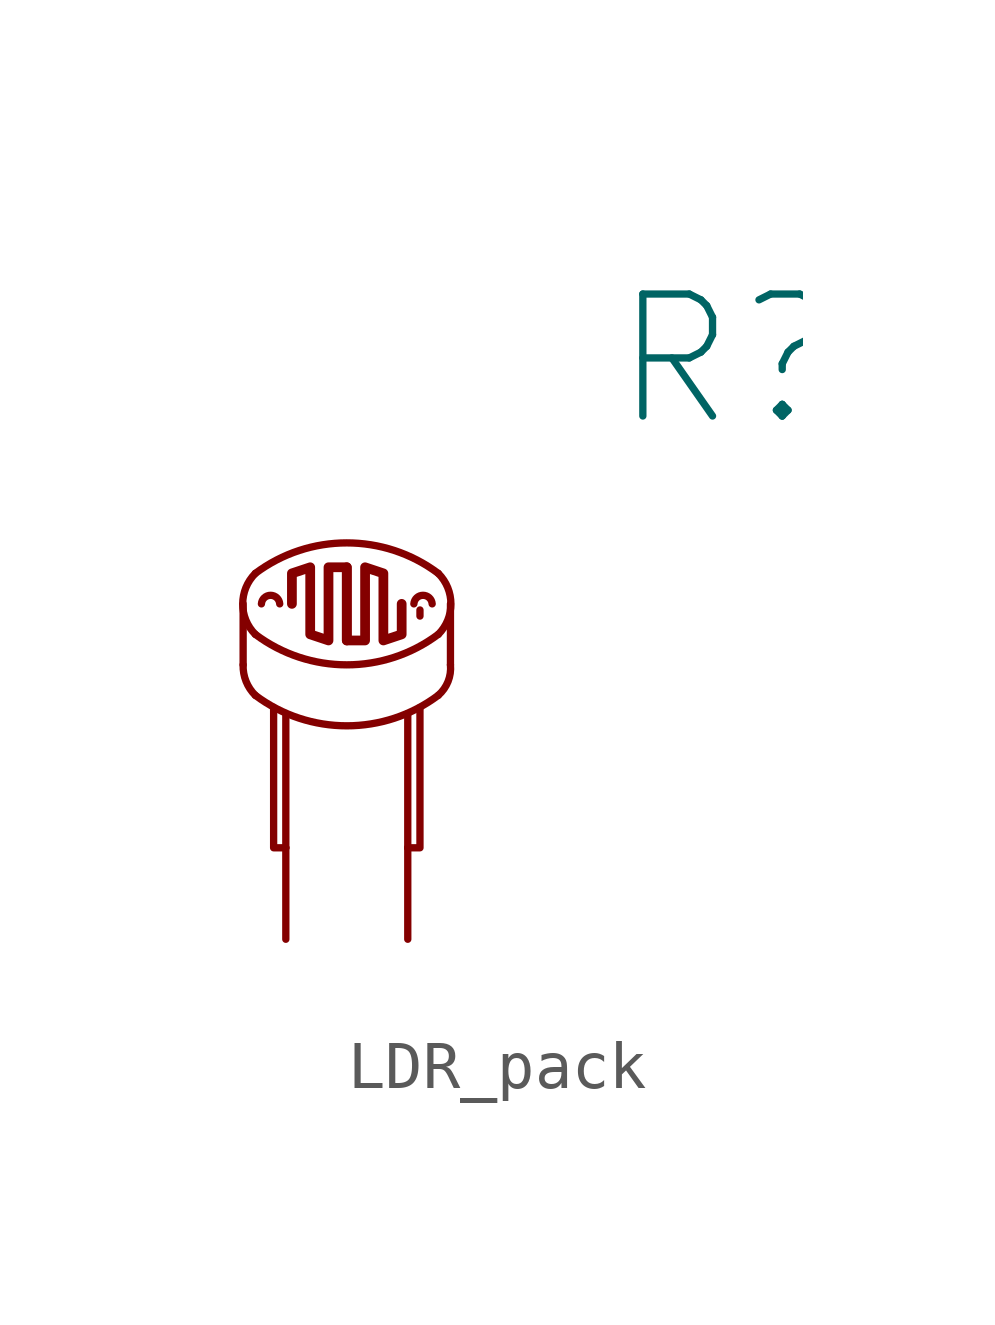
<source format=kicad_sym>
(kicad_symbol_lib
  (version 20231120)
  (generator "kicad_symbol_editor")
  (generator_version "8.0")
  (symbol "LDR_pack"
    (pin_names
      (offset 1.016))
    (property "Reference" "R"
      (at 6.731 12.065 0)
      (effects (font (size 2.54 2.54)) (justify left)))
    (symbol "LDR_pack_0_0"
      (arc (start -0.889 5.715) (mid -0.8284 5.3707) (end -0.635 5.08) (stroke (width 0) (type default)) (fill (type none)))
      (arc (start -0.635 5.08) (mid 1.27 4.445) (end 3.175 5.08) (stroke (width 0) (type default)) (fill (type none)))
      (arc (start -0.635 6.35) (mid 1.27 5.715) (end 3.175 6.35) (stroke (width 0) (type default)) (fill (type none)))
      (arc (start -0.635 7.62) (mid -0.898 6.985) (end -0.635 6.35) (stroke (width 0) (type default)) (fill (type none)))
      (arc (start -0.127 6.985) (mid -0.3048 7.1628) (end -0.508 6.985) (stroke (width 0) (type default)) (fill (type none)))
      (polyline (pts (xy -0.889 5.715) (xy -0.889 6.985)) (stroke (width 0) (type default)) (fill (type none)))
      (polyline (pts (xy 0 4.699) (xy 0 1.905)) (stroke (width 0) (type default)) (fill (type none)))
      (polyline (pts (xy 2.54 1.905) (xy 2.54 4.699)) (stroke (width 0) (type default)) (fill (type none)))
      (polyline (pts (xy 2.794 6.731) (xy 2.794 6.858)) (stroke (width 0) (type default)) (fill (type none)))
      (polyline (pts (xy 3.429 5.715) (xy 3.429 6.985)) (stroke (width 0) (type default)) (fill (type none)))
      (polyline (pts (xy 0 1.905) (xy -0.254 1.905) (xy -0.254 4.826)) (stroke (width 0) (type default)) (fill (type none)))
      (polyline (pts (xy 2.54 1.905) (xy 2.794 1.905) (xy 2.794 4.826)) (stroke (width 0) (type default)) (fill (type none)))
      (arc (start 3.048 6.985) (mid 2.8702 7.1628) (end 2.667 6.985) (stroke (width 0) (type default)) (fill (type none)))
      (arc (start 3.175 5.08) (mid 3.3787 5.3665) (end 3.429 5.715) (stroke (width 0) (type default)) (fill (type none)))
      (arc (start 3.175 6.35) (mid 3.438 6.985) (end 3.175 7.62) (stroke (width 0) (type default)) (fill (type none)))
      (arc (start 3.175 7.62) (mid 1.27 8.255) (end -0.635 7.62) (stroke (width 0) (type default)) (fill (type none))))
    (symbol "LDR_pack_0_1"
      (polyline (pts (xy 0.127 6.985) (xy 0.127 7.62) (xy 0.508 7.747) (xy 0.508 6.35) (xy 0.889 6.223) (xy 0.889 7.747) (xy 1.27 7.747) (xy 1.27 6.223)) (stroke (width 0.203) (type default)) (fill (type none)))
      (polyline (pts (xy 2.413 6.985) (xy 2.413 6.35) (xy 2.032 6.223) (xy 2.032 7.62) (xy 1.651 7.747) (xy 1.651 6.223) (xy 1.27 6.223) (xy 1.27 7.747)) (stroke (width 0.203) (type default)) (fill (type none))))
    (symbol "LDR_pack_1_1"
      (pin input line (at 0 0 90) (length 1.905) (name "" (effects (font (size 1.27 1.27)))) (number "" (effects (font (size 1.143 1.143)))))
      (pin input line (at 2.54 0 90) (length 1.905) (name "" (effects (font (size 1.27 1.27)))) (number "" (effects (font (size 1.143 1.143))))))))
</source>
